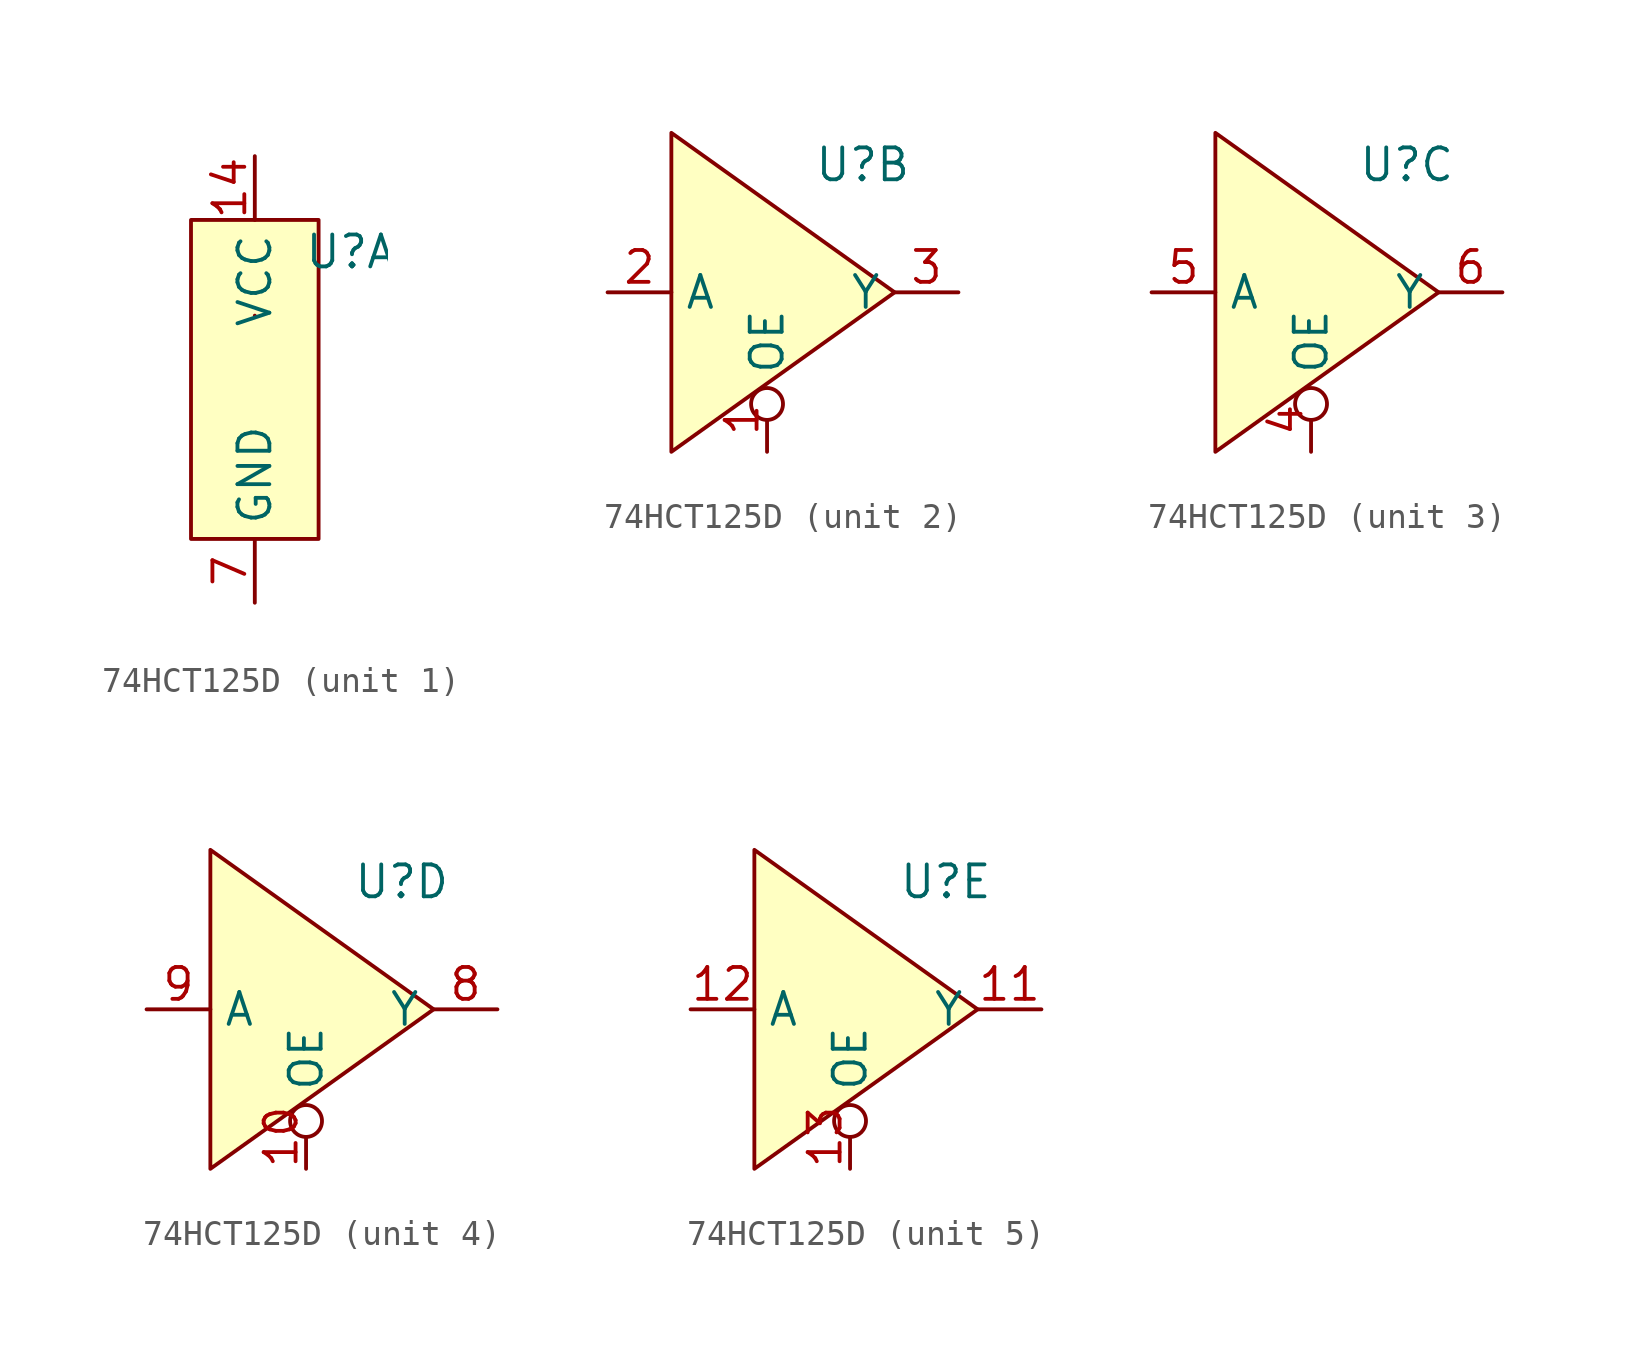
<source format=kicad_sym>
(kicad_symbol_lib
  (version 20220914)
  (generator kicad_symbol_editor)
  (symbol "74HCT125D"
    (property "Reference" "U"
      (at 3.81 5.08 0)
      (effects (font (size 1.27 1.27))))
    (property "Value" ""
      (at 1.27 0 0)
      (effects (font (size 1.27 1.27))))
    (property "ki_locked" ""
      (at 0 0 0)
      (effects (font (size 1.27 1.27))))
    (symbol "74HCT125D_1_1"
      (rectangle (start -2.54 6.35) (end 2.54 -6.35) (stroke (width 0) (type default)) (fill (type background)))
      (rectangle (start 0 2.54) (end 0 2.54) (stroke (width 0) (type default)) (fill (type none)))
      (pin power_in line (at 0 8.89 270) (length 2.54) (name "VCC" (effects (font (size 1.27 1.27)))) (number "14" (effects (font (size 1.27 1.27)))))
      (pin power_out line (at 0 -8.89 90) (length 2.54) (name "GND" (effects (font (size 1.27 1.27)))) (number "7" (effects (font (size 1.27 1.27))))))
    (symbol "74HCT125D_2_1"
      (polyline (pts (xy -3.81 6.35) (xy -3.81 -6.35) (xy 5.08 0) (xy -3.81 6.35)) (stroke (width 0) (type default)) (fill (type background)))
      (pin input inverted (at 0 -6.35 90) (length 2.54) (name "OE" (effects (font (size 1.27 1.27)))) (number "1" (effects (font (size 1.27 1.27)))))
      (pin input line (at -6.35 0 0) (length 2.54) (name "A" (effects (font (size 1.27 1.27)))) (number "2" (effects (font (size 1.27 1.27)))))
      (pin output line (at 7.62 0 180) (length 2.54) (name "Y" (effects (font (size 1.27 1.27)))) (number "3" (effects (font (size 1.27 1.27))))))
    (symbol "74HCT125D_3_1"
      (polyline (pts (xy -3.81 6.35) (xy -3.81 -6.35) (xy 5.08 0) (xy -3.81 6.35)) (stroke (width 0) (type default)) (fill (type background)))
      (pin input inverted (at 0 -6.35 90) (length 2.54) (name "OE" (effects (font (size 1.27 1.27)))) (number "4" (effects (font (size 1.27 1.27)))))
      (pin input line (at -6.35 0 0) (length 2.54) (name "A" (effects (font (size 1.27 1.27)))) (number "5" (effects (font (size 1.27 1.27)))))
      (pin output line (at 7.62 0 180) (length 2.54) (name "Y" (effects (font (size 1.27 1.27)))) (number "6" (effects (font (size 1.27 1.27))))))
    (symbol "74HCT125D_4_1"
      (polyline (pts (xy -3.81 6.35) (xy -3.81 -6.35) (xy 5.08 0) (xy -3.81 6.35)) (stroke (width 0) (type default)) (fill (type background)))
      (pin input inverted (at 0 -6.35 90) (length 2.54) (name "OE" (effects (font (size 1.27 1.27)))) (number "10" (effects (font (size 1.27 1.27)))))
      (pin output line (at 7.62 0 180) (length 2.54) (name "Y" (effects (font (size 1.27 1.27)))) (number "8" (effects (font (size 1.27 1.27)))))
      (pin input line (at -6.35 0 0) (length 2.54) (name "A" (effects (font (size 1.27 1.27)))) (number "9" (effects (font (size 1.27 1.27))))))
    (symbol "74HCT125D_5_1"
      (polyline (pts (xy -3.81 6.35) (xy -3.81 -6.35) (xy 5.08 0) (xy -3.81 6.35)) (stroke (width 0) (type default)) (fill (type background)))
      (pin output line (at 7.62 0 180) (length 2.54) (name "Y" (effects (font (size 1.27 1.27)))) (number "11" (effects (font (size 1.27 1.27)))))
      (pin input line (at -6.35 0 0) (length 2.54) (name "A" (effects (font (size 1.27 1.27)))) (number "12" (effects (font (size 1.27 1.27)))))
      (pin input inverted (at 0 -6.35 90) (length 2.54) (name "OE" (effects (font (size 1.27 1.27)))) (number "13" (effects (font (size 1.27 1.27))))))))
</source>
